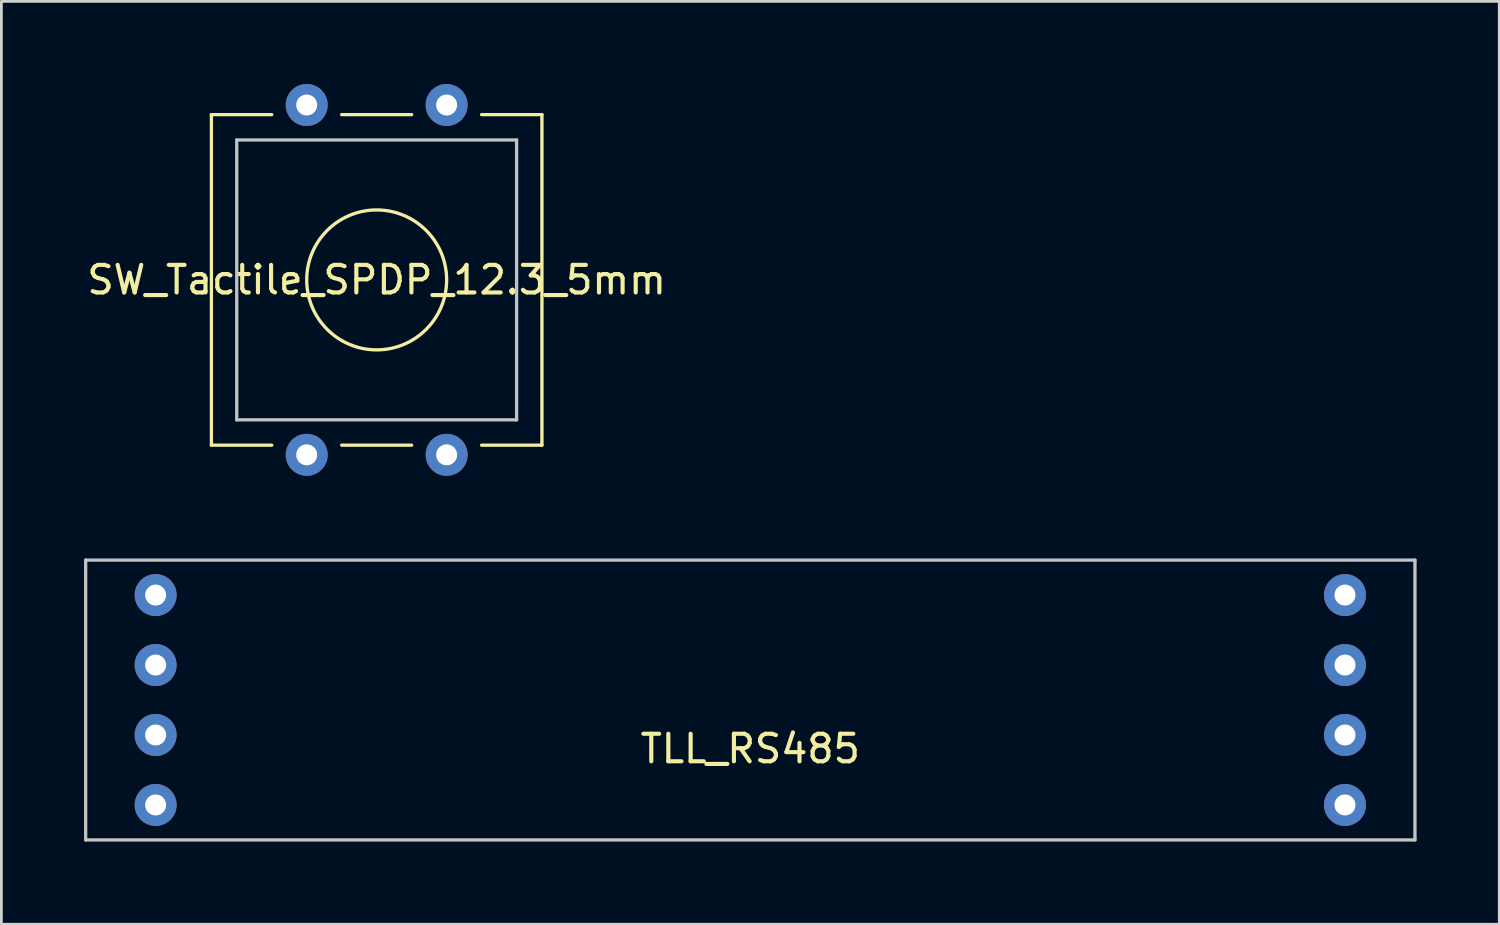
<source format=kicad_pcb>
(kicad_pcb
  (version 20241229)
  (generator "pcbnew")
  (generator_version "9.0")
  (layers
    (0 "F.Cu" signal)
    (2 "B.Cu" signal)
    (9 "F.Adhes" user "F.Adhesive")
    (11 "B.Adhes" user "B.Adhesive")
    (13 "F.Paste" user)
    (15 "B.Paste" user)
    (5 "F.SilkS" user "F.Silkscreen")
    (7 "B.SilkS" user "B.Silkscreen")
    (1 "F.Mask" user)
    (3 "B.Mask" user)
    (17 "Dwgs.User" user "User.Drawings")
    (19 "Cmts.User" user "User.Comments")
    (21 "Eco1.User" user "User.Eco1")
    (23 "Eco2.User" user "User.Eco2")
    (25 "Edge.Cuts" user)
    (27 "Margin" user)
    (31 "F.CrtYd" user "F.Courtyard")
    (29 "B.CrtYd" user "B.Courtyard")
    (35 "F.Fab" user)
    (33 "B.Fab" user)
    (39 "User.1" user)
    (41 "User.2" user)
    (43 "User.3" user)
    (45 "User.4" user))
  (footprint "SW_Tactile_SPDP_12.3_5mm"
    (layer "F.Cu")
    (at 10.625 7.112)
    (property "Reference" "SW_Tactile_SPDP_12.3_5mm" (at 0 0 0) (layer "F.SilkS") (effects (font (size 1 1) (thickness 0.15))))
    (attr through_hole)
    (fp_line (start -6 -6) (end -6 6) (stroke (width 0.12) (type solid)) (layer "F.SilkS"))
    (fp_line (start -6 -6) (end -3.81 -6) (stroke (width 0.12) (type solid)) (layer "F.SilkS"))
    (fp_line (start -6 6) (end -3.81 6) (stroke (width 0.12) (type solid)) (layer "F.SilkS"))
    (fp_line (start -1.27 -6) (end 1.27 -6) (stroke (width 0.12) (type solid)) (layer "F.SilkS"))
    (fp_line (start -1.27 6) (end 1.27 6) (stroke (width 0.12) (type solid)) (layer "F.SilkS"))
    (fp_line (start 6 -6) (end 3.81 -6) (stroke (width 0.12) (type solid)) (layer "F.SilkS"))
    (fp_line (start 6 -6) (end 6 6) (stroke (width 0.12) (type solid)) (layer "F.SilkS"))
    (fp_line (start 6 6) (end 3.81 6) (stroke (width 0.12) (type solid)) (layer "F.SilkS"))
    (fp_circle (center 0 0) (end 2.54 0) (stroke (width 0.12) (type solid)) (fill no) (layer "F.SilkS"))
    (fp_line (start -5.08 -5.08) (end -5.08 5.08) (stroke (width 0.12) (type solid)) (layer "Dwgs.User"))
    (fp_line (start -5.08 5.08) (end 5.08 5.08) (stroke (width 0.12) (type solid)) (layer "Dwgs.User"))
    (fp_line (start 5.08 -5.08) (end -5.08 -5.08) (stroke (width 0.12) (type solid)) (layer "Dwgs.User"))
    (fp_line (start 5.08 5.08) (end 5.08 -5.08) (stroke (width 0.12) (type solid)) (layer "Dwgs.User"))
    (pad "1" thru_hole circle (at -2.54 6.35) (size 1.524 1.524) (drill 0.762) (layers "*.Cu" "*.Mask"))
    (pad "2" thru_hole circle (at -2.54 -6.35) (size 1.524 1.524) (drill 0.762) (layers "*.Cu" "*.Mask"))
    (pad "3" thru_hole circle (at 2.54 6.35) (size 1.524 1.524) (drill 0.762) (layers "*.Cu" "*.Mask"))
    (pad "4" thru_hole circle (at 2.54 -6.35) (size 1.524 1.524) (drill 0.762) (layers "*.Cu" "*.Mask")))
  (footprint "TLL_RS485"
    (layer "F.Cu")
    (at 24.19 23.634)
    (property "Reference" "TLL_RS485" (at 0 0.5 0) (layer "F.SilkS") (effects (font (size 1 1) (thickness 0.15))))
    (attr through_hole)
    (fp_line (start -24.13 -6.35) (end 24.13 -6.35) (stroke (width 0.12) (type solid)) (layer "Dwgs.User"))
    (fp_line (start -24.13 3.81) (end -24.13 -6.35) (stroke (width 0.12) (type solid)) (layer "Dwgs.User"))
    (fp_line (start 24.13 -6.35) (end 24.13 3.81) (stroke (width 0.12) (type solid)) (layer "Dwgs.User"))
    (fp_line (start 24.13 3.81) (end -24.13 3.81) (stroke (width 0.12) (type solid)) (layer "Dwgs.User"))
    (pad "1" thru_hole circle (at -21.59 -5.08) (size 1.524 1.524) (drill 0.762) (layers "*.Cu" "*.Mask"))
    (pad "2" thru_hole circle (at -21.59 -2.54) (size 1.524 1.524) (drill 0.762) (layers "*.Cu" "*.Mask"))
    (pad "3" thru_hole circle (at -21.59 0) (size 1.524 1.524) (drill 0.762) (layers "*.Cu" "*.Mask"))
    (pad "4" thru_hole circle (at -21.59 2.54) (size 1.524 1.524) (drill 0.762) (layers "*.Cu" "*.Mask"))
    (pad "5" thru_hole circle (at 21.59 -5.08) (size 1.524 1.524) (drill 0.762) (layers "*.Cu" "*.Mask"))
    (pad "6" thru_hole circle (at 21.59 -2.54) (size 1.524 1.524) (drill 0.762) (layers "*.Cu" "*.Mask"))
    (pad "7" thru_hole circle (at 21.59 0) (size 1.524 1.524) (drill 0.762) (layers "*.Cu" "*.Mask"))
    (pad "8" thru_hole circle (at 21.59 2.54) (size 1.524 1.524) (drill 0.762) (layers "*.Cu" "*.Mask")))
  (gr_rect
    (start -3 -3)
    (end 51.38 30.504)
    (stroke (width 0.1) (type default))
    (fill no)
    (layer "Edge.Cuts")))
</source>
